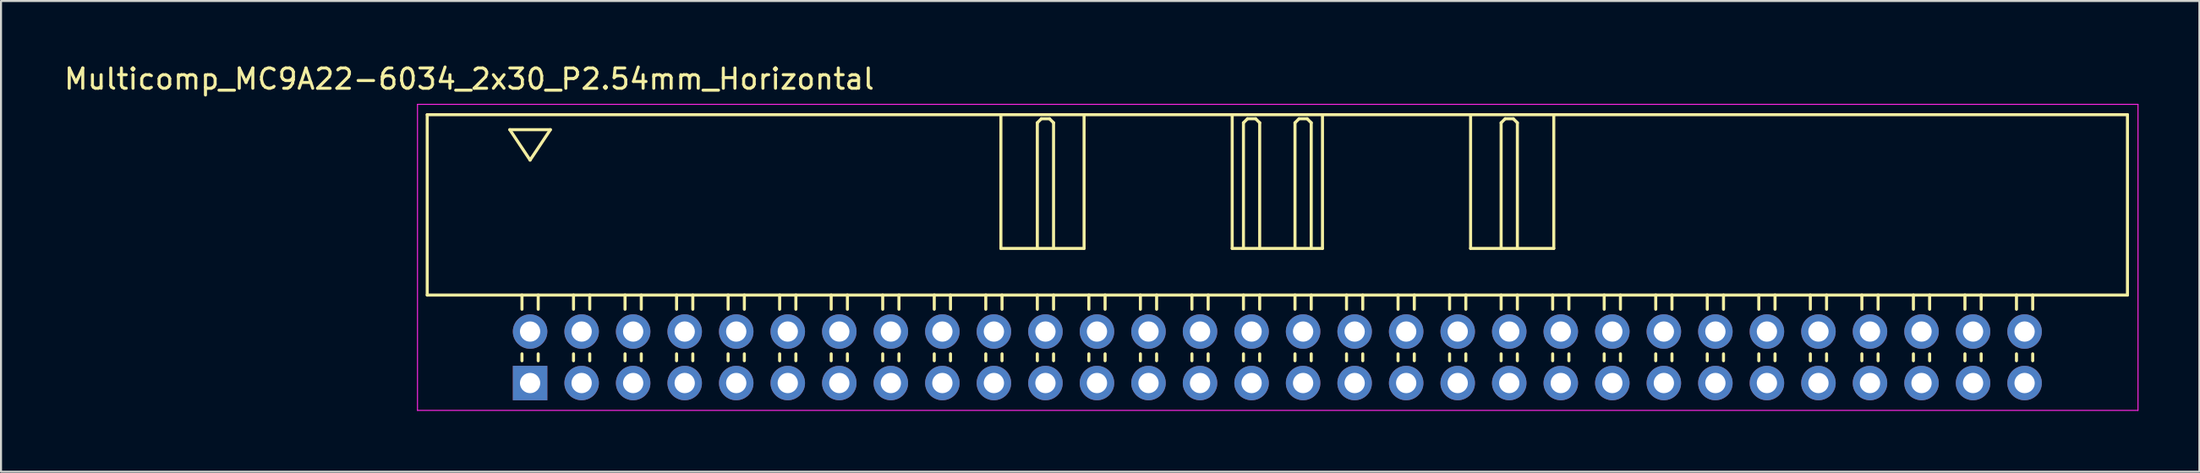
<source format=kicad_pcb>
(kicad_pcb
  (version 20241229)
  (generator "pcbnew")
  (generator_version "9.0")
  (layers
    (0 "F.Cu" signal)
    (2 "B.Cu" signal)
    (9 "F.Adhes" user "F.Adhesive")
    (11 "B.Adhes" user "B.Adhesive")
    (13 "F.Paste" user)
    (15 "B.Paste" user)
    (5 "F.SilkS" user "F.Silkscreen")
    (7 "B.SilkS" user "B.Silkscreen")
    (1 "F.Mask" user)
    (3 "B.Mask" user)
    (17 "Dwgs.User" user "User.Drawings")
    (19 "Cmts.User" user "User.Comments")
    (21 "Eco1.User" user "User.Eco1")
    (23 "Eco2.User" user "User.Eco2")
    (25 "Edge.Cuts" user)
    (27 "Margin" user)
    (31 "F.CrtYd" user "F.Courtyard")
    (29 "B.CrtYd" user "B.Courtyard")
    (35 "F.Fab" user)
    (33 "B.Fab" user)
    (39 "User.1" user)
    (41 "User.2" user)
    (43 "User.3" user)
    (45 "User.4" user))
  (footprint "Multicomp_MC9A22-6034_2x30_P2.54mm_Horizontal"
    (layer "F.Cu")
    (at 23.077 15.848)
    (property "Reference" "Multicomp_MC9A22-6034_2x30_P2.54mm_Horizontal" (at -3 -15 0) (layer "F.SilkS") (effects (font (size 1 1) (thickness 0.15))))
    (attr through_hole)
    (fp_line (start -5.07 -13.24) (end 78.73 -13.24) (stroke (width 0.15) (type solid)) (layer "F.SilkS"))
    (fp_line (start -5.07 -4.34) (end -5.07 -13.24) (stroke (width 0.15) (type solid)) (layer "F.SilkS"))
    (fp_line (start -1 -12.5) (end 1 -12.5) (stroke (width 0.15) (type solid)) (layer "F.SilkS"))
    (fp_line (start -0.4 -3.64) (end -0.4 -4.34) (stroke (width 0.15) (type solid)) (layer "F.SilkS"))
    (fp_line (start -0.4 -1.1) (end -0.4 -1.44) (stroke (width 0.15) (type solid)) (layer "F.SilkS"))
    (fp_line (start 0 -11) (end -1 -12.5) (stroke (width 0.15) (type solid)) (layer "F.SilkS"))
    (fp_line (start 0.4 -3.64) (end 0.4 -4.34) (stroke (width 0.15) (type solid)) (layer "F.SilkS"))
    (fp_line (start 0.4 -1.1) (end 0.4 -1.44) (stroke (width 0.15) (type solid)) (layer "F.SilkS"))
    (fp_line (start 1 -12.5) (end 0 -11) (stroke (width 0.15) (type solid)) (layer "F.SilkS"))
    (fp_line (start 2.14 -3.64) (end 2.14 -4.34) (stroke (width 0.15) (type solid)) (layer "F.SilkS"))
    (fp_line (start 2.14 -1.1) (end 2.14 -1.44) (stroke (width 0.15) (type solid)) (layer "F.SilkS"))
    (fp_line (start 2.94 -3.64) (end 2.94 -4.34) (stroke (width 0.15) (type solid)) (layer "F.SilkS"))
    (fp_line (start 2.94 -1.1) (end 2.94 -1.44) (stroke (width 0.15) (type solid)) (layer "F.SilkS"))
    (fp_line (start 4.68 -3.64) (end 4.68 -4.34) (stroke (width 0.15) (type solid)) (layer "F.SilkS"))
    (fp_line (start 4.68 -1.1) (end 4.68 -1.44) (stroke (width 0.15) (type solid)) (layer "F.SilkS"))
    (fp_line (start 5.48 -3.64) (end 5.48 -4.34) (stroke (width 0.15) (type solid)) (layer "F.SilkS"))
    (fp_line (start 5.48 -1.1) (end 5.48 -1.44) (stroke (width 0.15) (type solid)) (layer "F.SilkS"))
    (fp_line (start 7.22 -3.64) (end 7.22 -4.34) (stroke (width 0.15) (type solid)) (layer "F.SilkS"))
    (fp_line (start 7.22 -1.1) (end 7.22 -1.44) (stroke (width 0.15) (type solid)) (layer "F.SilkS"))
    (fp_line (start 8.02 -3.64) (end 8.02 -4.34) (stroke (width 0.15) (type solid)) (layer "F.SilkS"))
    (fp_line (start 8.02 -1.1) (end 8.02 -1.44) (stroke (width 0.15) (type solid)) (layer "F.SilkS"))
    (fp_line (start 9.76 -3.64) (end 9.76 -4.34) (stroke (width 0.15) (type solid)) (layer "F.SilkS"))
    (fp_line (start 9.76 -1.1) (end 9.76 -1.44) (stroke (width 0.15) (type solid)) (layer "F.SilkS"))
    (fp_line (start 10.56 -3.64) (end 10.56 -4.34) (stroke (width 0.15) (type solid)) (layer "F.SilkS"))
    (fp_line (start 10.56 -1.1) (end 10.56 -1.44) (stroke (width 0.15) (type solid)) (layer "F.SilkS"))
    (fp_line (start 12.3 -3.64) (end 12.3 -4.34) (stroke (width 0.15) (type solid)) (layer "F.SilkS"))
    (fp_line (start 12.3 -1.1) (end 12.3 -1.44) (stroke (width 0.15) (type solid)) (layer "F.SilkS"))
    (fp_line (start 13.1 -3.64) (end 13.1 -4.34) (stroke (width 0.15) (type solid)) (layer "F.SilkS"))
    (fp_line (start 13.1 -1.1) (end 13.1 -1.44) (stroke (width 0.15) (type solid)) (layer "F.SilkS"))
    (fp_line (start 14.84 -3.64) (end 14.84 -4.34) (stroke (width 0.15) (type solid)) (layer "F.SilkS"))
    (fp_line (start 14.84 -1.1) (end 14.84 -1.44) (stroke (width 0.15) (type solid)) (layer "F.SilkS"))
    (fp_line (start 15.64 -3.64) (end 15.64 -4.34) (stroke (width 0.15) (type solid)) (layer "F.SilkS"))
    (fp_line (start 15.64 -1.1) (end 15.64 -1.44) (stroke (width 0.15) (type solid)) (layer "F.SilkS"))
    (fp_line (start 17.38 -3.64) (end 17.38 -4.34) (stroke (width 0.15) (type solid)) (layer "F.SilkS"))
    (fp_line (start 17.38 -1.1) (end 17.38 -1.44) (stroke (width 0.15) (type solid)) (layer "F.SilkS"))
    (fp_line (start 18.18 -3.64) (end 18.18 -4.34) (stroke (width 0.15) (type solid)) (layer "F.SilkS"))
    (fp_line (start 18.18 -1.1) (end 18.18 -1.44) (stroke (width 0.15) (type solid)) (layer "F.SilkS"))
    (fp_line (start 19.92 -3.64) (end 19.92 -4.34) (stroke (width 0.15) (type solid)) (layer "F.SilkS"))
    (fp_line (start 19.92 -1.1) (end 19.92 -1.44) (stroke (width 0.15) (type solid)) (layer "F.SilkS"))
    (fp_line (start 20.72 -3.64) (end 20.72 -4.34) (stroke (width 0.15) (type solid)) (layer "F.SilkS"))
    (fp_line (start 20.72 -1.1) (end 20.72 -1.44) (stroke (width 0.15) (type solid)) (layer "F.SilkS"))
    (fp_line (start 22.46 -3.64) (end 22.46 -4.34) (stroke (width 0.15) (type solid)) (layer "F.SilkS"))
    (fp_line (start 22.46 -1.1) (end 22.46 -1.44) (stroke (width 0.15) (type solid)) (layer "F.SilkS"))
    (fp_line (start 23.205 -6.64) (end 23.205 -13.24) (stroke (width 0.15) (type solid)) (layer "F.SilkS"))
    (fp_line (start 23.26 -3.64) (end 23.26 -4.34) (stroke (width 0.15) (type solid)) (layer "F.SilkS"))
    (fp_line (start 23.26 -1.1) (end 23.26 -1.44) (stroke (width 0.15) (type solid)) (layer "F.SilkS"))
    (fp_line (start 25 -12.84) (end 25.2 -13.04) (stroke (width 0.15) (type solid)) (layer "F.SilkS"))
    (fp_line (start 25 -6.64) (end 25 -12.84) (stroke (width 0.15) (type solid)) (layer "F.SilkS"))
    (fp_line (start 25 -3.64) (end 25 -4.34) (stroke (width 0.15) (type solid)) (layer "F.SilkS"))
    (fp_line (start 25 -1.1) (end 25 -1.44) (stroke (width 0.15) (type solid)) (layer "F.SilkS"))
    (fp_line (start 25.2 -13.04) (end 25.6 -13.04) (stroke (width 0.15) (type solid)) (layer "F.SilkS"))
    (fp_line (start 25.6 -13.04) (end 25.8 -12.84) (stroke (width 0.15) (type solid)) (layer "F.SilkS"))
    (fp_line (start 25.8 -12.84) (end 25.8 -6.64) (stroke (width 0.15) (type solid)) (layer "F.SilkS"))
    (fp_line (start 25.8 -3.64) (end 25.8 -4.34) (stroke (width 0.15) (type solid)) (layer "F.SilkS"))
    (fp_line (start 25.8 -1.1) (end 25.8 -1.44) (stroke (width 0.15) (type solid)) (layer "F.SilkS"))
    (fp_line (start 27.305 -13.24) (end 27.305 -6.64) (stroke (width 0.15) (type solid)) (layer "F.SilkS"))
    (fp_line (start 27.305 -6.64) (end 23.205 -6.64) (stroke (width 0.15) (type solid)) (layer "F.SilkS"))
    (fp_line (start 27.54 -3.64) (end 27.54 -4.34) (stroke (width 0.15) (type solid)) (layer "F.SilkS"))
    (fp_line (start 27.54 -1.1) (end 27.54 -1.44) (stroke (width 0.15) (type solid)) (layer "F.SilkS"))
    (fp_line (start 28.34 -3.64) (end 28.34 -4.34) (stroke (width 0.15) (type solid)) (layer "F.SilkS"))
    (fp_line (start 28.34 -1.1) (end 28.34 -1.44) (stroke (width 0.15) (type solid)) (layer "F.SilkS"))
    (fp_line (start 30.08 -3.64) (end 30.08 -4.34) (stroke (width 0.15) (type solid)) (layer "F.SilkS"))
    (fp_line (start 30.08 -1.1) (end 30.08 -1.44) (stroke (width 0.15) (type solid)) (layer "F.SilkS"))
    (fp_line (start 30.88 -3.64) (end 30.88 -4.34) (stroke (width 0.15) (type solid)) (layer "F.SilkS"))
    (fp_line (start 30.88 -1.1) (end 30.88 -1.44) (stroke (width 0.15) (type solid)) (layer "F.SilkS"))
    (fp_line (start 32.62 -3.64) (end 32.62 -4.34) (stroke (width 0.15) (type solid)) (layer "F.SilkS"))
    (fp_line (start 32.62 -1.1) (end 32.62 -1.44) (stroke (width 0.15) (type solid)) (layer "F.SilkS"))
    (fp_line (start 33.42 -3.64) (end 33.42 -4.34) (stroke (width 0.15) (type solid)) (layer "F.SilkS"))
    (fp_line (start 33.42 -1.1) (end 33.42 -1.44) (stroke (width 0.15) (type solid)) (layer "F.SilkS"))
    (fp_line (start 34.605 -13.24) (end 34.605 -6.64) (stroke (width 0.15) (type solid)) (layer "F.SilkS"))
    (fp_line (start 34.605 -6.64) (end 39.055 -6.64) (stroke (width 0.15) (type solid)) (layer "F.SilkS"))
    (fp_line (start 35.16 -12.84) (end 35.36 -13.04) (stroke (width 0.15) (type solid)) (layer "F.SilkS"))
    (fp_line (start 35.16 -6.64) (end 35.16 -12.84) (stroke (width 0.15) (type solid)) (layer "F.SilkS"))
    (fp_line (start 35.16 -3.64) (end 35.16 -4.34) (stroke (width 0.15) (type solid)) (layer "F.SilkS"))
    (fp_line (start 35.16 -1.1) (end 35.16 -1.44) (stroke (width 0.15) (type solid)) (layer "F.SilkS"))
    (fp_line (start 35.36 -13.04) (end 35.76 -13.04) (stroke (width 0.15) (type solid)) (layer "F.SilkS"))
    (fp_line (start 35.76 -13.04) (end 35.96 -12.84) (stroke (width 0.15) (type solid)) (layer "F.SilkS"))
    (fp_line (start 35.96 -12.84) (end 35.96 -6.64) (stroke (width 0.15) (type solid)) (layer "F.SilkS"))
    (fp_line (start 35.96 -3.64) (end 35.96 -4.34) (stroke (width 0.15) (type solid)) (layer "F.SilkS"))
    (fp_line (start 35.96 -1.1) (end 35.96 -1.44) (stroke (width 0.15) (type solid)) (layer "F.SilkS"))
    (fp_line (start 37.7 -12.84) (end 37.9 -13.04) (stroke (width 0.15) (type solid)) (layer "F.SilkS"))
    (fp_line (start 37.7 -6.64) (end 37.7 -12.84) (stroke (width 0.15) (type solid)) (layer "F.SilkS"))
    (fp_line (start 37.7 -3.64) (end 37.7 -4.34) (stroke (width 0.15) (type solid)) (layer "F.SilkS"))
    (fp_line (start 37.7 -1.1) (end 37.7 -1.44) (stroke (width 0.15) (type solid)) (layer "F.SilkS"))
    (fp_line (start 37.9 -13.04) (end 38.3 -13.04) (stroke (width 0.15) (type solid)) (layer "F.SilkS"))
    (fp_line (start 38.3 -13.04) (end 38.5 -12.84) (stroke (width 0.15) (type solid)) (layer "F.SilkS"))
    (fp_line (start 38.5 -12.84) (end 38.5 -6.64) (stroke (width 0.15) (type solid)) (layer "F.SilkS"))
    (fp_line (start 38.5 -3.64) (end 38.5 -4.34) (stroke (width 0.15) (type solid)) (layer "F.SilkS"))
    (fp_line (start 38.5 -1.1) (end 38.5 -1.44) (stroke (width 0.15) (type solid)) (layer "F.SilkS"))
    (fp_line (start 39.055 -6.64) (end 39.055 -13.24) (stroke (width 0.15) (type solid)) (layer "F.SilkS"))
    (fp_line (start 40.24 -3.64) (end 40.24 -4.34) (stroke (width 0.15) (type solid)) (layer "F.SilkS"))
    (fp_line (start 40.24 -1.1) (end 40.24 -1.44) (stroke (width 0.15) (type solid)) (layer "F.SilkS"))
    (fp_line (start 41.04 -3.64) (end 41.04 -4.34) (stroke (width 0.15) (type solid)) (layer "F.SilkS"))
    (fp_line (start 41.04 -1.1) (end 41.04 -1.44) (stroke (width 0.15) (type solid)) (layer "F.SilkS"))
    (fp_line (start 42.78 -3.64) (end 42.78 -4.34) (stroke (width 0.15) (type solid)) (layer "F.SilkS"))
    (fp_line (start 42.78 -1.1) (end 42.78 -1.44) (stroke (width 0.15) (type solid)) (layer "F.SilkS"))
    (fp_line (start 43.58 -3.64) (end 43.58 -4.34) (stroke (width 0.15) (type solid)) (layer "F.SilkS"))
    (fp_line (start 43.58 -1.1) (end 43.58 -1.44) (stroke (width 0.15) (type solid)) (layer "F.SilkS"))
    (fp_line (start 45.32 -3.64) (end 45.32 -4.34) (stroke (width 0.15) (type solid)) (layer "F.SilkS"))
    (fp_line (start 45.32 -1.1) (end 45.32 -1.44) (stroke (width 0.15) (type solid)) (layer "F.SilkS"))
    (fp_line (start 46.12 -3.64) (end 46.12 -4.34) (stroke (width 0.15) (type solid)) (layer "F.SilkS"))
    (fp_line (start 46.12 -1.1) (end 46.12 -1.44) (stroke (width 0.15) (type solid)) (layer "F.SilkS"))
    (fp_line (start 46.355 -13.24) (end 46.355 -6.64) (stroke (width 0.15) (type solid)) (layer "F.SilkS"))
    (fp_line (start 46.355 -6.64) (end 50.455 -6.64) (stroke (width 0.15) (type solid)) (layer "F.SilkS"))
    (fp_line (start 47.86 -12.84) (end 48.06 -13.04) (stroke (width 0.15) (type solid)) (layer "F.SilkS"))
    (fp_line (start 47.86 -6.64) (end 47.86 -12.84) (stroke (width 0.15) (type solid)) (layer "F.SilkS"))
    (fp_line (start 47.86 -3.64) (end 47.86 -4.34) (stroke (width 0.15) (type solid)) (layer "F.SilkS"))
    (fp_line (start 47.86 -1.1) (end 47.86 -1.44) (stroke (width 0.15) (type solid)) (layer "F.SilkS"))
    (fp_line (start 48.06 -13.04) (end 48.46 -13.04) (stroke (width 0.15) (type solid)) (layer "F.SilkS"))
    (fp_line (start 48.46 -13.04) (end 48.66 -12.84) (stroke (width 0.15) (type solid)) (layer "F.SilkS"))
    (fp_line (start 48.66 -12.84) (end 48.66 -6.64) (stroke (width 0.15) (type solid)) (layer "F.SilkS"))
    (fp_line (start 48.66 -3.64) (end 48.66 -4.34) (stroke (width 0.15) (type solid)) (layer "F.SilkS"))
    (fp_line (start 48.66 -1.1) (end 48.66 -1.44) (stroke (width 0.15) (type solid)) (layer "F.SilkS"))
    (fp_line (start 50.4 -3.64) (end 50.4 -4.34) (stroke (width 0.15) (type solid)) (layer "F.SilkS"))
    (fp_line (start 50.4 -1.1) (end 50.4 -1.44) (stroke (width 0.15) (type solid)) (layer "F.SilkS"))
    (fp_line (start 50.455 -6.64) (end 50.455 -13.24) (stroke (width 0.15) (type solid)) (layer "F.SilkS"))
    (fp_line (start 51.2 -3.64) (end 51.2 -4.34) (stroke (width 0.15) (type solid)) (layer "F.SilkS"))
    (fp_line (start 51.2 -1.1) (end 51.2 -1.44) (stroke (width 0.15) (type solid)) (layer "F.SilkS"))
    (fp_line (start 52.94 -3.64) (end 52.94 -4.34) (stroke (width 0.15) (type solid)) (layer "F.SilkS"))
    (fp_line (start 52.94 -1.1) (end 52.94 -1.44) (stroke (width 0.15) (type solid)) (layer "F.SilkS"))
    (fp_line (start 53.74 -3.64) (end 53.74 -4.34) (stroke (width 0.15) (type solid)) (layer "F.SilkS"))
    (fp_line (start 53.74 -1.1) (end 53.74 -1.44) (stroke (width 0.15) (type solid)) (layer "F.SilkS"))
    (fp_line (start 55.48 -3.64) (end 55.48 -4.34) (stroke (width 0.15) (type solid)) (layer "F.SilkS"))
    (fp_line (start 55.48 -1.1) (end 55.48 -1.44) (stroke (width 0.15) (type solid)) (layer "F.SilkS"))
    (fp_line (start 56.28 -3.64) (end 56.28 -4.34) (stroke (width 0.15) (type solid)) (layer "F.SilkS"))
    (fp_line (start 56.28 -1.1) (end 56.28 -1.44) (stroke (width 0.15) (type solid)) (layer "F.SilkS"))
    (fp_line (start 58.02 -3.64) (end 58.02 -4.34) (stroke (width 0.15) (type solid)) (layer "F.SilkS"))
    (fp_line (start 58.02 -1.1) (end 58.02 -1.44) (stroke (width 0.15) (type solid)) (layer "F.SilkS"))
    (fp_line (start 58.82 -3.64) (end 58.82 -4.34) (stroke (width 0.15) (type solid)) (layer "F.SilkS"))
    (fp_line (start 58.82 -1.1) (end 58.82 -1.44) (stroke (width 0.15) (type solid)) (layer "F.SilkS"))
    (fp_line (start 60.56 -3.64) (end 60.56 -4.34) (stroke (width 0.15) (type solid)) (layer "F.SilkS"))
    (fp_line (start 60.56 -1.1) (end 60.56 -1.44) (stroke (width 0.15) (type solid)) (layer "F.SilkS"))
    (fp_line (start 61.36 -3.64) (end 61.36 -4.34) (stroke (width 0.15) (type solid)) (layer "F.SilkS"))
    (fp_line (start 61.36 -1.1) (end 61.36 -1.44) (stroke (width 0.15) (type solid)) (layer "F.SilkS"))
    (fp_line (start 63.1 -3.64) (end 63.1 -4.34) (stroke (width 0.15) (type solid)) (layer "F.SilkS"))
    (fp_line (start 63.1 -1.1) (end 63.1 -1.44) (stroke (width 0.15) (type solid)) (layer "F.SilkS"))
    (fp_line (start 63.9 -3.64) (end 63.9 -4.34) (stroke (width 0.15) (type solid)) (layer "F.SilkS"))
    (fp_line (start 63.9 -1.1) (end 63.9 -1.44) (stroke (width 0.15) (type solid)) (layer "F.SilkS"))
    (fp_line (start 65.64 -3.64) (end 65.64 -4.34) (stroke (width 0.15) (type solid)) (layer "F.SilkS"))
    (fp_line (start 65.64 -1.1) (end 65.64 -1.44) (stroke (width 0.15) (type solid)) (layer "F.SilkS"))
    (fp_line (start 66.44 -3.64) (end 66.44 -4.34) (stroke (width 0.15) (type solid)) (layer "F.SilkS"))
    (fp_line (start 66.44 -1.1) (end 66.44 -1.44) (stroke (width 0.15) (type solid)) (layer "F.SilkS"))
    (fp_line (start 68.18 -3.64) (end 68.18 -4.34) (stroke (width 0.15) (type solid)) (layer "F.SilkS"))
    (fp_line (start 68.18 -1.1) (end 68.18 -1.44) (stroke (width 0.15) (type solid)) (layer "F.SilkS"))
    (fp_line (start 68.98 -3.64) (end 68.98 -4.34) (stroke (width 0.15) (type solid)) (layer "F.SilkS"))
    (fp_line (start 68.98 -1.1) (end 68.98 -1.44) (stroke (width 0.15) (type solid)) (layer "F.SilkS"))
    (fp_line (start 70.72 -3.64) (end 70.72 -4.34) (stroke (width 0.15) (type solid)) (layer "F.SilkS"))
    (fp_line (start 70.72 -1.1) (end 70.72 -1.44) (stroke (width 0.15) (type solid)) (layer "F.SilkS"))
    (fp_line (start 71.52 -3.64) (end 71.52 -4.34) (stroke (width 0.15) (type solid)) (layer "F.SilkS"))
    (fp_line (start 71.52 -1.1) (end 71.52 -1.44) (stroke (width 0.15) (type solid)) (layer "F.SilkS"))
    (fp_line (start 73.26 -3.64) (end 73.26 -4.34) (stroke (width 0.15) (type solid)) (layer "F.SilkS"))
    (fp_line (start 73.26 -1.1) (end 73.26 -1.44) (stroke (width 0.15) (type solid)) (layer "F.SilkS"))
    (fp_line (start 74.06 -3.64) (end 74.06 -4.34) (stroke (width 0.15) (type solid)) (layer "F.SilkS"))
    (fp_line (start 74.06 -1.1) (end 74.06 -1.44) (stroke (width 0.15) (type solid)) (layer "F.SilkS"))
    (fp_line (start 78.73 -13.24) (end 78.73 -4.34) (stroke (width 0.15) (type solid)) (layer "F.SilkS"))
    (fp_line (start 78.73 -4.34) (end -5.07 -4.34) (stroke (width 0.15) (type solid)) (layer "F.SilkS"))
    (fp_line (start -5.55 -13.75) (end 79.25 -13.75) (stroke (width 0.05) (type solid)) (layer "F.CrtYd"))
    (fp_line (start -5.55 1.35) (end -5.55 -13.75) (stroke (width 0.05) (type solid)) (layer "F.CrtYd"))
    (fp_line (start 79.25 -13.75) (end 79.25 1.35) (stroke (width 0.05) (type solid)) (layer "F.CrtYd"))
    (fp_line (start 79.25 1.35) (end -5.55 1.35) (stroke (width 0.05) (type solid)) (layer "F.CrtYd"))
    (pad "1" thru_hole rect (at 0 0) (size 1.7 1.7) (drill 1) (layers "*.Cu" "*.Mask"))
    (pad "2" thru_hole circle (at 0 -2.54) (size 1.7 1.7) (drill 1) (layers "*.Cu" "*.Mask"))
    (pad "3" thru_hole circle (at 2.54 0) (size 1.7 1.7) (drill 1) (layers "*.Cu" "*.Mask"))
    (pad "4" thru_hole circle (at 2.54 -2.54) (size 1.7 1.7) (drill 1) (layers "*.Cu" "*.Mask"))
    (pad "5" thru_hole circle (at 5.08 0) (size 1.7 1.7) (drill 1) (layers "*.Cu" "*.Mask"))
    (pad "6" thru_hole circle (at 5.08 -2.54) (size 1.7 1.7) (drill 1) (layers "*.Cu" "*.Mask"))
    (pad "7" thru_hole circle (at 7.62 0) (size 1.7 1.7) (drill 1) (layers "*.Cu" "*.Mask"))
    (pad "8" thru_hole circle (at 7.62 -2.54) (size 1.7 1.7) (drill 1) (layers "*.Cu" "*.Mask"))
    (pad "9" thru_hole circle (at 10.16 0) (size 1.7 1.7) (drill 1) (layers "*.Cu" "*.Mask"))
    (pad "10" thru_hole circle (at 10.16 -2.54) (size 1.7 1.7) (drill 1) (layers "*.Cu" "*.Mask"))
    (pad "11" thru_hole circle (at 12.7 0) (size 1.7 1.7) (drill 1) (layers "*.Cu" "*.Mask"))
    (pad "12" thru_hole circle (at 12.7 -2.54) (size 1.7 1.7) (drill 1) (layers "*.Cu" "*.Mask"))
    (pad "13" thru_hole circle (at 15.24 0) (size 1.7 1.7) (drill 1) (layers "*.Cu" "*.Mask"))
    (pad "14" thru_hole circle (at 15.24 -2.54) (size 1.7 1.7) (drill 1) (layers "*.Cu" "*.Mask"))
    (pad "15" thru_hole circle (at 17.78 0) (size 1.7 1.7) (drill 1) (layers "*.Cu" "*.Mask"))
    (pad "16" thru_hole circle (at 17.78 -2.54) (size 1.7 1.7) (drill 1) (layers "*.Cu" "*.Mask"))
    (pad "17" thru_hole circle (at 20.32 0) (size 1.7 1.7) (drill 1) (layers "*.Cu" "*.Mask"))
    (pad "18" thru_hole circle (at 20.32 -2.54) (size 1.7 1.7) (drill 1) (layers "*.Cu" "*.Mask"))
    (pad "19" thru_hole circle (at 22.86 0) (size 1.7 1.7) (drill 1) (layers "*.Cu" "*.Mask"))
    (pad "20" thru_hole circle (at 22.86 -2.54) (size 1.7 1.7) (drill 1) (layers "*.Cu" "*.Mask"))
    (pad "21" thru_hole circle (at 25.4 0) (size 1.7 1.7) (drill 1) (layers "*.Cu" "*.Mask"))
    (pad "22" thru_hole circle (at 25.4 -2.54) (size 1.7 1.7) (drill 1) (layers "*.Cu" "*.Mask"))
    (pad "23" thru_hole circle (at 27.94 0) (size 1.7 1.7) (drill 1) (layers "*.Cu" "*.Mask"))
    (pad "24" thru_hole circle (at 27.94 -2.54) (size 1.7 1.7) (drill 1) (layers "*.Cu" "*.Mask"))
    (pad "25" thru_hole circle (at 30.48 0) (size 1.7 1.7) (drill 1) (layers "*.Cu" "*.Mask"))
    (pad "26" thru_hole circle (at 30.48 -2.54) (size 1.7 1.7) (drill 1) (layers "*.Cu" "*.Mask"))
    (pad "27" thru_hole circle (at 33.02 0) (size 1.7 1.7) (drill 1) (layers "*.Cu" "*.Mask"))
    (pad "28" thru_hole circle (at 33.02 -2.54) (size 1.7 1.7) (drill 1) (layers "*.Cu" "*.Mask"))
    (pad "29" thru_hole circle (at 35.56 0) (size 1.7 1.7) (drill 1) (layers "*.Cu" "*.Mask"))
    (pad "30" thru_hole circle (at 35.56 -2.54) (size 1.7 1.7) (drill 1) (layers "*.Cu" "*.Mask"))
    (pad "31" thru_hole circle (at 38.1 0) (size 1.7 1.7) (drill 1) (layers "*.Cu" "*.Mask"))
    (pad "32" thru_hole circle (at 38.1 -2.54) (size 1.7 1.7) (drill 1) (layers "*.Cu" "*.Mask"))
    (pad "33" thru_hole circle (at 40.64 0) (size 1.7 1.7) (drill 1) (layers "*.Cu" "*.Mask"))
    (pad "34" thru_hole circle (at 40.64 -2.54) (size 1.7 1.7) (drill 1) (layers "*.Cu" "*.Mask"))
    (pad "35" thru_hole circle (at 43.18 0) (size 1.7 1.7) (drill 1) (layers "*.Cu" "*.Mask"))
    (pad "36" thru_hole circle (at 43.18 -2.54) (size 1.7 1.7) (drill 1) (layers "*.Cu" "*.Mask"))
    (pad "37" thru_hole circle (at 45.72 0) (size 1.7 1.7) (drill 1) (layers "*.Cu" "*.Mask"))
    (pad "38" thru_hole circle (at 45.72 -2.54) (size 1.7 1.7) (drill 1) (layers "*.Cu" "*.Mask"))
    (pad "39" thru_hole circle (at 48.26 0) (size 1.7 1.7) (drill 1) (layers "*.Cu" "*.Mask"))
    (pad "40" thru_hole circle (at 48.26 -2.54) (size 1.7 1.7) (drill 1) (layers "*.Cu" "*.Mask"))
    (pad "41" thru_hole circle (at 50.8 0) (size 1.7 1.7) (drill 1) (layers "*.Cu" "*.Mask"))
    (pad "42" thru_hole circle (at 50.8 -2.54) (size 1.7 1.7) (drill 1) (layers "*.Cu" "*.Mask"))
    (pad "43" thru_hole circle (at 53.34 0) (size 1.7 1.7) (drill 1) (layers "*.Cu" "*.Mask"))
    (pad "44" thru_hole circle (at 53.34 -2.54) (size 1.7 1.7) (drill 1) (layers "*.Cu" "*.Mask"))
    (pad "45" thru_hole circle (at 55.88 0) (size 1.7 1.7) (drill 1) (layers "*.Cu" "*.Mask"))
    (pad "46" thru_hole circle (at 55.88 -2.54) (size 1.7 1.7) (drill 1) (layers "*.Cu" "*.Mask"))
    (pad "47" thru_hole circle (at 58.42 0) (size 1.7 1.7) (drill 1) (layers "*.Cu" "*.Mask"))
    (pad "48" thru_hole circle (at 58.42 -2.54) (size 1.7 1.7) (drill 1) (layers "*.Cu" "*.Mask"))
    (pad "49" thru_hole circle (at 60.96 0) (size 1.7 1.7) (drill 1) (layers "*.Cu" "*.Mask"))
    (pad "50" thru_hole circle (at 60.96 -2.54) (size 1.7 1.7) (drill 1) (layers "*.Cu" "*.Mask"))
    (pad "51" thru_hole circle (at 63.5 0) (size 1.7 1.7) (drill 1) (layers "*.Cu" "*.Mask"))
    (pad "52" thru_hole circle (at 63.5 -2.54) (size 1.7 1.7) (drill 1) (layers "*.Cu" "*.Mask"))
    (pad "53" thru_hole circle (at 66.04 0) (size 1.7 1.7) (drill 1) (layers "*.Cu" "*.Mask"))
    (pad "54" thru_hole circle (at 66.04 -2.54) (size 1.7 1.7) (drill 1) (layers "*.Cu" "*.Mask"))
    (pad "55" thru_hole circle (at 68.58 0) (size 1.7 1.7) (drill 1) (layers "*.Cu" "*.Mask"))
    (pad "56" thru_hole circle (at 68.58 -2.54) (size 1.7 1.7) (drill 1) (layers "*.Cu" "*.Mask"))
    (pad "57" thru_hole circle (at 71.12 0) (size 1.7 1.7) (drill 1) (layers "*.Cu" "*.Mask"))
    (pad "58" thru_hole circle (at 71.12 -2.54) (size 1.7 1.7) (drill 1) (layers "*.Cu" "*.Mask"))
    (pad "59" thru_hole circle (at 73.66 0) (size 1.7 1.7) (drill 1) (layers "*.Cu" "*.Mask"))
    (pad "60" thru_hole circle (at 73.66 -2.54) (size 1.7 1.7) (drill 1) (layers "*.Cu" "*.Mask")))
  (gr_rect
    (start -3 -3)
    (end 105.352 20.223)
    (stroke (width 0.1) (type default))
    (fill no)
    (layer "Edge.Cuts")))
</source>
